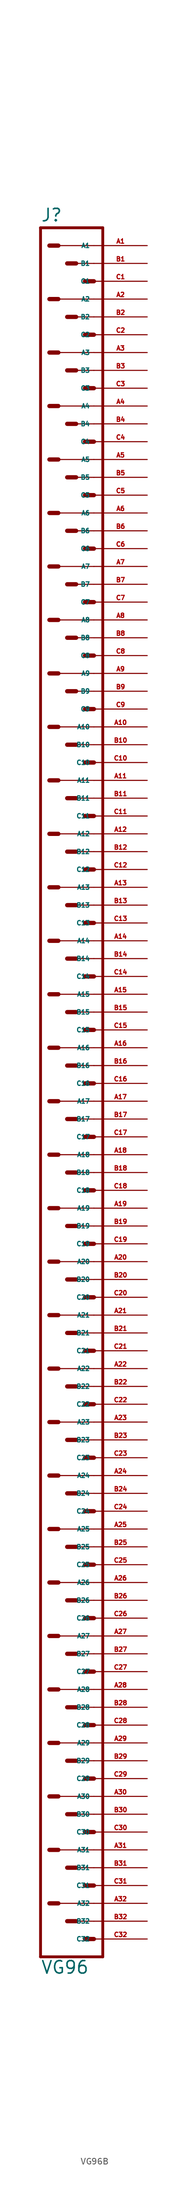
<source format=kicad_sym>
(kicad_symbol_lib
  (version 20220914)
  (generator Eagle2Kicad)
  (symbol "VG96B"
    (property "Reference" "J"
      (at -5.08 112.522 0)
      (effects (font (size 1.778 1.778) (thickness 0.22)) (justify left bottom)))
    (property "Value" "VG96"
      (at -5.08 -137.16 0)
      (effects (font (size 1.778 1.778) (thickness 0.22)) (justify left bottom)))
    (polyline
      (pts (xy 3.81 -134.62) (xy -5.08 -134.62))
      (stroke (width 0.406) (type default))
      (fill (type none)))
    (polyline
      (pts (xy -5.08 111.76) (xy -5.08 -134.62))
      (stroke (width 0.406) (type default))
      (fill (type none)))
    (polyline
      (pts (xy -5.08 111.76) (xy 3.81 111.76))
      (stroke (width 0.406) (type default))
      (fill (type none)))
    (polyline
      (pts (xy 3.81 -134.62) (xy 3.81 111.76))
      (stroke (width 0.406) (type default))
      (fill (type none)))
    (polyline
      (pts (xy 2.54 106.68) (xy 0 106.68))
      (stroke (width 0.152) (type default))
      (fill (type none)))
    (polyline
      (pts (xy -2.54 109.22) (xy 2.54 109.22))
      (stroke (width 0.152) (type default))
      (fill (type none)))
    (polyline
      (pts (xy 2.54 99.06) (xy 0 99.06))
      (stroke (width 0.152) (type default))
      (fill (type none)))
    (polyline
      (pts (xy -2.54 101.6) (xy 2.54 101.6))
      (stroke (width 0.152) (type default))
      (fill (type none)))
    (polyline
      (pts (xy 2.54 91.44) (xy 0 91.44))
      (stroke (width 0.152) (type default))
      (fill (type none)))
    (polyline
      (pts (xy -2.54 93.98) (xy 2.54 93.98))
      (stroke (width 0.152) (type default))
      (fill (type none)))
    (polyline
      (pts (xy -2.54 86.36) (xy 2.54 86.36))
      (stroke (width 0.152) (type default))
      (fill (type none)))
    (polyline
      (pts (xy 2.54 83.82) (xy 0 83.82))
      (stroke (width 0.152) (type default))
      (fill (type none)))
    (polyline
      (pts (xy 2.54 76.2) (xy 0 76.2))
      (stroke (width 0.152) (type default))
      (fill (type none)))
    (polyline
      (pts (xy -2.54 78.74) (xy 2.54 78.74))
      (stroke (width 0.152) (type default))
      (fill (type none)))
    (polyline
      (pts (xy 2.54 68.58) (xy 0 68.58))
      (stroke (width 0.152) (type default))
      (fill (type none)))
    (polyline
      (pts (xy -2.54 71.12) (xy 2.54 71.12))
      (stroke (width 0.152) (type default))
      (fill (type none)))
    (polyline
      (pts (xy 2.54 60.96) (xy 0 60.96))
      (stroke (width 0.152) (type default))
      (fill (type none)))
    (polyline
      (pts (xy -2.54 63.5) (xy 2.54 63.5))
      (stroke (width 0.152) (type default))
      (fill (type none)))
    (polyline
      (pts (xy 2.54 53.34) (xy 0 53.34))
      (stroke (width 0.152) (type default))
      (fill (type none)))
    (polyline
      (pts (xy -2.54 55.88) (xy 2.54 55.88))
      (stroke (width 0.152) (type default))
      (fill (type none)))
    (polyline
      (pts (xy 2.54 45.72) (xy 0 45.72))
      (stroke (width 0.152) (type default))
      (fill (type none)))
    (polyline
      (pts (xy -2.54 48.26) (xy 2.54 48.26))
      (stroke (width 0.152) (type default))
      (fill (type none)))
    (polyline
      (pts (xy 2.54 38.1) (xy 0 38.1))
      (stroke (width 0.152) (type default))
      (fill (type none)))
    (polyline
      (pts (xy -2.54 40.64) (xy 2.54 40.64))
      (stroke (width 0.152) (type default))
      (fill (type none)))
    (polyline
      (pts (xy 2.54 30.48) (xy 0 30.48))
      (stroke (width 0.152) (type default))
      (fill (type none)))
    (polyline
      (pts (xy -2.54 33.02) (xy 2.54 33.02))
      (stroke (width 0.152) (type default))
      (fill (type none)))
    (polyline
      (pts (xy 2.54 22.86) (xy 0 22.86))
      (stroke (width 0.152) (type default))
      (fill (type none)))
    (polyline
      (pts (xy -2.54 25.4) (xy 2.54 25.4))
      (stroke (width 0.152) (type default))
      (fill (type none)))
    (polyline
      (pts (xy 2.54 15.24) (xy 0 15.24))
      (stroke (width 0.152) (type default))
      (fill (type none)))
    (polyline
      (pts (xy -2.54 17.78) (xy 2.54 17.78))
      (stroke (width 0.152) (type default))
      (fill (type none)))
    (polyline
      (pts (xy 2.54 7.62) (xy 0 7.62))
      (stroke (width 0.152) (type default))
      (fill (type none)))
    (polyline
      (pts (xy -2.54 10.16) (xy 2.54 10.16))
      (stroke (width 0.152) (type default))
      (fill (type none)))
    (polyline
      (pts (xy 2.54 0) (xy 0 0))
      (stroke (width 0.152) (type default))
      (fill (type none)))
    (polyline
      (pts (xy -2.54 2.54) (xy 2.54 2.54))
      (stroke (width 0.152) (type default))
      (fill (type none)))
    (polyline
      (pts (xy 2.54 -7.62) (xy 0 -7.62))
      (stroke (width 0.152) (type default))
      (fill (type none)))
    (polyline
      (pts (xy -2.54 -5.08) (xy 2.54 -5.08))
      (stroke (width 0.152) (type default))
      (fill (type none)))
    (polyline
      (pts (xy 2.54 -15.24) (xy 0 -15.24))
      (stroke (width 0.152) (type default))
      (fill (type none)))
    (polyline
      (pts (xy -2.54 -12.7) (xy 2.54 -12.7))
      (stroke (width 0.152) (type default))
      (fill (type none)))
    (polyline
      (pts (xy 2.54 -22.86) (xy 0 -22.86))
      (stroke (width 0.152) (type default))
      (fill (type none)))
    (polyline
      (pts (xy -2.54 -20.32) (xy 2.54 -20.32))
      (stroke (width 0.152) (type default))
      (fill (type none)))
    (polyline
      (pts (xy 2.54 -30.48) (xy 0 -30.48))
      (stroke (width 0.152) (type default))
      (fill (type none)))
    (polyline
      (pts (xy -2.54 -27.94) (xy 2.54 -27.94))
      (stroke (width 0.152) (type default))
      (fill (type none)))
    (polyline
      (pts (xy 2.54 -38.1) (xy 0 -38.1))
      (stroke (width 0.152) (type default))
      (fill (type none)))
    (polyline
      (pts (xy -2.54 -35.56) (xy 2.54 -35.56))
      (stroke (width 0.152) (type default))
      (fill (type none)))
    (polyline
      (pts (xy 2.54 -45.72) (xy 0 -45.72))
      (stroke (width 0.152) (type default))
      (fill (type none)))
    (polyline
      (pts (xy -2.54 -43.18) (xy 2.54 -43.18))
      (stroke (width 0.152) (type default))
      (fill (type none)))
    (polyline
      (pts (xy 2.54 -53.34) (xy 0 -53.34))
      (stroke (width 0.152) (type default))
      (fill (type none)))
    (polyline
      (pts (xy -2.54 -50.8) (xy 2.54 -50.8))
      (stroke (width 0.152) (type default))
      (fill (type none)))
    (polyline
      (pts (xy 2.54 -60.96) (xy 0 -60.96))
      (stroke (width 0.152) (type default))
      (fill (type none)))
    (polyline
      (pts (xy -2.54 -58.42) (xy 2.54 -58.42))
      (stroke (width 0.152) (type default))
      (fill (type none)))
    (polyline
      (pts (xy 2.54 -68.58) (xy 0 -68.58))
      (stroke (width 0.152) (type default))
      (fill (type none)))
    (polyline
      (pts (xy -2.54 -66.04) (xy 2.54 -66.04))
      (stroke (width 0.152) (type default))
      (fill (type none)))
    (polyline
      (pts (xy 2.54 -76.2) (xy 0 -76.2))
      (stroke (width 0.152) (type default))
      (fill (type none)))
    (polyline
      (pts (xy -2.54 -73.66) (xy 2.54 -73.66))
      (stroke (width 0.152) (type default))
      (fill (type none)))
    (polyline
      (pts (xy 2.54 -83.82) (xy 0 -83.82))
      (stroke (width 0.152) (type default))
      (fill (type none)))
    (polyline
      (pts (xy -2.54 -81.28) (xy 2.54 -81.28))
      (stroke (width 0.152) (type default))
      (fill (type none)))
    (polyline
      (pts (xy 2.54 -91.44) (xy 0 -91.44))
      (stroke (width 0.152) (type default))
      (fill (type none)))
    (polyline
      (pts (xy 2.54 -99.06) (xy 0 -99.06))
      (stroke (width 0.152) (type default))
      (fill (type none)))
    (polyline
      (pts (xy 2.54 -106.68) (xy 0 -106.68))
      (stroke (width 0.152) (type default))
      (fill (type none)))
    (polyline
      (pts (xy -2.54 -88.9) (xy 2.54 -88.9))
      (stroke (width 0.152) (type default))
      (fill (type none)))
    (polyline
      (pts (xy -2.54 -96.52) (xy 2.54 -96.52))
      (stroke (width 0.152) (type default))
      (fill (type none)))
    (polyline
      (pts (xy -2.54 -104.14) (xy 2.54 -104.14))
      (stroke (width 0.152) (type default))
      (fill (type none)))
    (polyline
      (pts (xy 2.54 -114.3) (xy 0 -114.3))
      (stroke (width 0.152) (type default))
      (fill (type none)))
    (polyline
      (pts (xy -2.54 -111.76) (xy 2.54 -111.76))
      (stroke (width 0.152) (type default))
      (fill (type none)))
    (polyline
      (pts (xy 2.54 -121.92) (xy 0 -121.92))
      (stroke (width 0.152) (type default))
      (fill (type none)))
    (polyline
      (pts (xy -2.54 -119.38) (xy 2.54 -119.38))
      (stroke (width 0.152) (type default))
      (fill (type none)))
    (polyline
      (pts (xy -2.54 -127) (xy 2.54 -127))
      (stroke (width 0.152) (type default))
      (fill (type none)))
    (polyline
      (pts (xy 2.54 -129.54) (xy 0 -129.54))
      (stroke (width 0.152) (type default))
      (fill (type none)))
    (polyline
      (pts (xy -3.81 -127) (xy -2.54 -127))
      (stroke (width 0.61) (type default))
      (fill (type none)))
    (polyline
      (pts (xy -1.27 -129.54) (xy 0 -129.54))
      (stroke (width 0.61) (type default))
      (fill (type none)))
    (polyline
      (pts (xy 1.27 -132.08) (xy 2.54 -132.08))
      (stroke (width 0.61) (type default))
      (fill (type none)))
    (polyline
      (pts (xy -3.81 -119.38) (xy -2.54 -119.38))
      (stroke (width 0.61) (type default))
      (fill (type none)))
    (polyline
      (pts (xy -1.27 -121.92) (xy 0 -121.92))
      (stroke (width 0.61) (type default))
      (fill (type none)))
    (polyline
      (pts (xy 1.27 -124.46) (xy 2.54 -124.46))
      (stroke (width 0.61) (type default))
      (fill (type none)))
    (polyline
      (pts (xy -3.81 -111.76) (xy -2.54 -111.76))
      (stroke (width 0.61) (type default))
      (fill (type none)))
    (polyline
      (pts (xy -1.27 -114.3) (xy 0 -114.3))
      (stroke (width 0.61) (type default))
      (fill (type none)))
    (polyline
      (pts (xy 1.27 -116.84) (xy 2.54 -116.84))
      (stroke (width 0.61) (type default))
      (fill (type none)))
    (polyline
      (pts (xy -3.81 -104.14) (xy -2.54 -104.14))
      (stroke (width 0.61) (type default))
      (fill (type none)))
    (polyline
      (pts (xy -1.27 -106.68) (xy 0 -106.68))
      (stroke (width 0.61) (type default))
      (fill (type none)))
    (polyline
      (pts (xy 1.27 -109.22) (xy 2.54 -109.22))
      (stroke (width 0.61) (type default))
      (fill (type none)))
    (polyline
      (pts (xy -3.81 -96.52) (xy -2.54 -96.52))
      (stroke (width 0.61) (type default))
      (fill (type none)))
    (polyline
      (pts (xy -1.27 -99.06) (xy 0 -99.06))
      (stroke (width 0.61) (type default))
      (fill (type none)))
    (polyline
      (pts (xy 1.27 -101.6) (xy 2.54 -101.6))
      (stroke (width 0.61) (type default))
      (fill (type none)))
    (polyline
      (pts (xy -3.81 -88.9) (xy -2.54 -88.9))
      (stroke (width 0.61) (type default))
      (fill (type none)))
    (polyline
      (pts (xy -1.27 -91.44) (xy 0 -91.44))
      (stroke (width 0.61) (type default))
      (fill (type none)))
    (polyline
      (pts (xy 1.27 -93.98) (xy 2.54 -93.98))
      (stroke (width 0.61) (type default))
      (fill (type none)))
    (polyline
      (pts (xy -3.81 -81.28) (xy -2.54 -81.28))
      (stroke (width 0.61) (type default))
      (fill (type none)))
    (polyline
      (pts (xy -1.27 -83.82) (xy 0 -83.82))
      (stroke (width 0.61) (type default))
      (fill (type none)))
    (polyline
      (pts (xy 1.27 -86.36) (xy 2.54 -86.36))
      (stroke (width 0.61) (type default))
      (fill (type none)))
    (polyline
      (pts (xy -3.81 -73.66) (xy -2.54 -73.66))
      (stroke (width 0.61) (type default))
      (fill (type none)))
    (polyline
      (pts (xy -1.27 -76.2) (xy 0 -76.2))
      (stroke (width 0.61) (type default))
      (fill (type none)))
    (polyline
      (pts (xy 1.27 -78.74) (xy 2.54 -78.74))
      (stroke (width 0.61) (type default))
      (fill (type none)))
    (polyline
      (pts (xy -3.81 -66.04) (xy -2.54 -66.04))
      (stroke (width 0.61) (type default))
      (fill (type none)))
    (polyline
      (pts (xy -1.27 -68.58) (xy 0 -68.58))
      (stroke (width 0.61) (type default))
      (fill (type none)))
    (polyline
      (pts (xy 1.27 -71.12) (xy 2.54 -71.12))
      (stroke (width 0.61) (type default))
      (fill (type none)))
    (polyline
      (pts (xy -3.81 -58.42) (xy -2.54 -58.42))
      (stroke (width 0.61) (type default))
      (fill (type none)))
    (polyline
      (pts (xy -1.27 -60.96) (xy 0 -60.96))
      (stroke (width 0.61) (type default))
      (fill (type none)))
    (polyline
      (pts (xy 1.27 -63.5) (xy 2.54 -63.5))
      (stroke (width 0.61) (type default))
      (fill (type none)))
    (polyline
      (pts (xy -3.81 -50.8) (xy -2.54 -50.8))
      (stroke (width 0.61) (type default))
      (fill (type none)))
    (polyline
      (pts (xy -1.27 -53.34) (xy 0 -53.34))
      (stroke (width 0.61) (type default))
      (fill (type none)))
    (polyline
      (pts (xy 1.27 -55.88) (xy 2.54 -55.88))
      (stroke (width 0.61) (type default))
      (fill (type none)))
    (polyline
      (pts (xy -3.81 -43.18) (xy -2.54 -43.18))
      (stroke (width 0.61) (type default))
      (fill (type none)))
    (polyline
      (pts (xy -1.27 -45.72) (xy 0 -45.72))
      (stroke (width 0.61) (type default))
      (fill (type none)))
    (polyline
      (pts (xy 1.27 -48.26) (xy 2.54 -48.26))
      (stroke (width 0.61) (type default))
      (fill (type none)))
    (polyline
      (pts (xy -3.81 -35.56) (xy -2.54 -35.56))
      (stroke (width 0.61) (type default))
      (fill (type none)))
    (polyline
      (pts (xy -1.27 -38.1) (xy 0 -38.1))
      (stroke (width 0.61) (type default))
      (fill (type none)))
    (polyline
      (pts (xy 1.27 -40.64) (xy 2.54 -40.64))
      (stroke (width 0.61) (type default))
      (fill (type none)))
    (polyline
      (pts (xy -3.81 -27.94) (xy -2.54 -27.94))
      (stroke (width 0.61) (type default))
      (fill (type none)))
    (polyline
      (pts (xy -1.27 -30.48) (xy 0 -30.48))
      (stroke (width 0.61) (type default))
      (fill (type none)))
    (polyline
      (pts (xy 1.27 -33.02) (xy 2.54 -33.02))
      (stroke (width 0.61) (type default))
      (fill (type none)))
    (polyline
      (pts (xy -3.81 -20.32) (xy -2.54 -20.32))
      (stroke (width 0.61) (type default))
      (fill (type none)))
    (polyline
      (pts (xy -1.27 -22.86) (xy 0 -22.86))
      (stroke (width 0.61) (type default))
      (fill (type none)))
    (polyline
      (pts (xy 1.27 -25.4) (xy 2.54 -25.4))
      (stroke (width 0.61) (type default))
      (fill (type none)))
    (polyline
      (pts (xy -3.81 -12.7) (xy -2.54 -12.7))
      (stroke (width 0.61) (type default))
      (fill (type none)))
    (polyline
      (pts (xy -1.27 -15.24) (xy 0 -15.24))
      (stroke (width 0.61) (type default))
      (fill (type none)))
    (polyline
      (pts (xy 1.27 -17.78) (xy 2.54 -17.78))
      (stroke (width 0.61) (type default))
      (fill (type none)))
    (polyline
      (pts (xy -3.81 -5.08) (xy -2.54 -5.08))
      (stroke (width 0.61) (type default))
      (fill (type none)))
    (polyline
      (pts (xy -1.27 -7.62) (xy 0 -7.62))
      (stroke (width 0.61) (type default))
      (fill (type none)))
    (polyline
      (pts (xy 1.27 -10.16) (xy 2.54 -10.16))
      (stroke (width 0.61) (type default))
      (fill (type none)))
    (polyline
      (pts (xy -3.81 2.54) (xy -2.54 2.54))
      (stroke (width 0.61) (type default))
      (fill (type none)))
    (polyline
      (pts (xy -1.27 0) (xy 0 0))
      (stroke (width 0.61) (type default))
      (fill (type none)))
    (polyline
      (pts (xy 1.27 -2.54) (xy 2.54 -2.54))
      (stroke (width 0.61) (type default))
      (fill (type none)))
    (polyline
      (pts (xy -3.81 10.16) (xy -2.54 10.16))
      (stroke (width 0.61) (type default))
      (fill (type none)))
    (polyline
      (pts (xy -1.27 7.62) (xy 0 7.62))
      (stroke (width 0.61) (type default))
      (fill (type none)))
    (polyline
      (pts (xy 1.27 5.08) (xy 2.54 5.08))
      (stroke (width 0.61) (type default))
      (fill (type none)))
    (polyline
      (pts (xy -3.81 17.78) (xy -2.54 17.78))
      (stroke (width 0.61) (type default))
      (fill (type none)))
    (polyline
      (pts (xy -1.27 15.24) (xy 0 15.24))
      (stroke (width 0.61) (type default))
      (fill (type none)))
    (polyline
      (pts (xy 1.27 12.7) (xy 2.54 12.7))
      (stroke (width 0.61) (type default))
      (fill (type none)))
    (polyline
      (pts (xy -3.81 25.4) (xy -2.54 25.4))
      (stroke (width 0.61) (type default))
      (fill (type none)))
    (polyline
      (pts (xy -1.27 22.86) (xy 0 22.86))
      (stroke (width 0.61) (type default))
      (fill (type none)))
    (polyline
      (pts (xy 1.27 20.32) (xy 2.54 20.32))
      (stroke (width 0.61) (type default))
      (fill (type none)))
    (polyline
      (pts (xy -3.81 33.02) (xy -2.54 33.02))
      (stroke (width 0.61) (type default))
      (fill (type none)))
    (polyline
      (pts (xy -1.27 30.48) (xy 0 30.48))
      (stroke (width 0.61) (type default))
      (fill (type none)))
    (polyline
      (pts (xy 1.27 27.94) (xy 2.54 27.94))
      (stroke (width 0.61) (type default))
      (fill (type none)))
    (polyline
      (pts (xy -3.81 40.64) (xy -2.54 40.64))
      (stroke (width 0.61) (type default))
      (fill (type none)))
    (polyline
      (pts (xy -1.27 38.1) (xy 0 38.1))
      (stroke (width 0.61) (type default))
      (fill (type none)))
    (polyline
      (pts (xy 1.27 35.56) (xy 2.54 35.56))
      (stroke (width 0.61) (type default))
      (fill (type none)))
    (polyline
      (pts (xy -3.81 48.26) (xy -2.54 48.26))
      (stroke (width 0.61) (type default))
      (fill (type none)))
    (polyline
      (pts (xy -1.27 45.72) (xy 0 45.72))
      (stroke (width 0.61) (type default))
      (fill (type none)))
    (polyline
      (pts (xy 1.27 43.18) (xy 2.54 43.18))
      (stroke (width 0.61) (type default))
      (fill (type none)))
    (polyline
      (pts (xy -3.81 55.88) (xy -2.54 55.88))
      (stroke (width 0.61) (type default))
      (fill (type none)))
    (polyline
      (pts (xy -1.27 53.34) (xy 0 53.34))
      (stroke (width 0.61) (type default))
      (fill (type none)))
    (polyline
      (pts (xy 1.27 50.8) (xy 2.54 50.8))
      (stroke (width 0.61) (type default))
      (fill (type none)))
    (polyline
      (pts (xy -3.81 63.5) (xy -2.54 63.5))
      (stroke (width 0.61) (type default))
      (fill (type none)))
    (polyline
      (pts (xy -1.27 60.96) (xy 0 60.96))
      (stroke (width 0.61) (type default))
      (fill (type none)))
    (polyline
      (pts (xy 1.27 58.42) (xy 2.54 58.42))
      (stroke (width 0.61) (type default))
      (fill (type none)))
    (polyline
      (pts (xy -3.81 71.12) (xy -2.54 71.12))
      (stroke (width 0.61) (type default))
      (fill (type none)))
    (polyline
      (pts (xy -1.27 68.58) (xy 0 68.58))
      (stroke (width 0.61) (type default))
      (fill (type none)))
    (polyline
      (pts (xy 1.27 66.04) (xy 2.54 66.04))
      (stroke (width 0.61) (type default))
      (fill (type none)))
    (polyline
      (pts (xy -3.81 78.74) (xy -2.54 78.74))
      (stroke (width 0.61) (type default))
      (fill (type none)))
    (polyline
      (pts (xy -1.27 76.2) (xy 0 76.2))
      (stroke (width 0.61) (type default))
      (fill (type none)))
    (polyline
      (pts (xy 1.27 73.66) (xy 2.54 73.66))
      (stroke (width 0.61) (type default))
      (fill (type none)))
    (polyline
      (pts (xy -3.81 86.36) (xy -2.54 86.36))
      (stroke (width 0.61) (type default))
      (fill (type none)))
    (polyline
      (pts (xy -1.27 83.82) (xy 0 83.82))
      (stroke (width 0.61) (type default))
      (fill (type none)))
    (polyline
      (pts (xy 1.27 81.28) (xy 2.54 81.28))
      (stroke (width 0.61) (type default))
      (fill (type none)))
    (polyline
      (pts (xy -3.81 93.98) (xy -2.54 93.98))
      (stroke (width 0.61) (type default))
      (fill (type none)))
    (polyline
      (pts (xy -1.27 91.44) (xy 0 91.44))
      (stroke (width 0.61) (type default))
      (fill (type none)))
    (polyline
      (pts (xy 1.27 88.9) (xy 2.54 88.9))
      (stroke (width 0.61) (type default))
      (fill (type none)))
    (polyline
      (pts (xy -3.81 101.6) (xy -2.54 101.6))
      (stroke (width 0.61) (type default))
      (fill (type none)))
    (polyline
      (pts (xy -1.27 99.06) (xy 0 99.06))
      (stroke (width 0.61) (type default))
      (fill (type none)))
    (polyline
      (pts (xy 1.27 96.52) (xy 2.54 96.52))
      (stroke (width 0.61) (type default))
      (fill (type none)))
    (polyline
      (pts (xy -3.81 109.22) (xy -2.54 109.22))
      (stroke (width 0.61) (type default))
      (fill (type none)))
    (polyline
      (pts (xy -1.27 106.68) (xy 0 106.68))
      (stroke (width 0.61) (type default))
      (fill (type none)))
    (polyline
      (pts (xy 1.27 104.14) (xy 2.54 104.14))
      (stroke (width 0.61) (type default))
      (fill (type none)))
    (pin passive line
      (at 10.16 106.68 180)
      (length 7.62)
      (name "B1" (effects (font (size 0.635 0.635) (thickness 0.08)) (justify left bottom)))
      (number "B1" (effects (font (size 0.635 0.635) (thickness 0.08)) (justify left bottom))))
    (pin passive line
      (at 10.16 99.06 180)
      (length 7.62)
      (name "B2" (effects (font (size 0.635 0.635) (thickness 0.08)) (justify left bottom)))
      (number "B2" (effects (font (size 0.635 0.635) (thickness 0.08)) (justify left bottom))))
    (pin passive line
      (at 10.16 91.44 180)
      (length 7.62)
      (name "B3" (effects (font (size 0.635 0.635) (thickness 0.08)) (justify left bottom)))
      (number "B3" (effects (font (size 0.635 0.635) (thickness 0.08)) (justify left bottom))))
    (pin passive line
      (at 10.16 83.82 180)
      (length 7.62)
      (name "B4" (effects (font (size 0.635 0.635) (thickness 0.08)) (justify left bottom)))
      (number "B4" (effects (font (size 0.635 0.635) (thickness 0.08)) (justify left bottom))))
    (pin passive line
      (at 10.16 76.2 180)
      (length 7.62)
      (name "B5" (effects (font (size 0.635 0.635) (thickness 0.08)) (justify left bottom)))
      (number "B5" (effects (font (size 0.635 0.635) (thickness 0.08)) (justify left bottom))))
    (pin passive line
      (at 10.16 68.58 180)
      (length 7.62)
      (name "B6" (effects (font (size 0.635 0.635) (thickness 0.08)) (justify left bottom)))
      (number "B6" (effects (font (size 0.635 0.635) (thickness 0.08)) (justify left bottom))))
    (pin passive line
      (at 10.16 60.96 180)
      (length 7.62)
      (name "B7" (effects (font (size 0.635 0.635) (thickness 0.08)) (justify left bottom)))
      (number "B7" (effects (font (size 0.635 0.635) (thickness 0.08)) (justify left bottom))))
    (pin passive line
      (at 10.16 53.34 180)
      (length 7.62)
      (name "B8" (effects (font (size 0.635 0.635) (thickness 0.08)) (justify left bottom)))
      (number "B8" (effects (font (size 0.635 0.635) (thickness 0.08)) (justify left bottom))))
    (pin passive line
      (at 10.16 45.72 180)
      (length 7.62)
      (name "B9" (effects (font (size 0.635 0.635) (thickness 0.08)) (justify left bottom)))
      (number "B9" (effects (font (size 0.635 0.635) (thickness 0.08)) (justify left bottom))))
    (pin passive line
      (at 10.16 38.1 180)
      (length 7.62)
      (name "B10" (effects (font (size 0.635 0.635) (thickness 0.08)) (justify left bottom)))
      (number "B10" (effects (font (size 0.635 0.635) (thickness 0.08)) (justify left bottom))))
    (pin passive line
      (at 10.16 30.48 180)
      (length 7.62)
      (name "B11" (effects (font (size 0.635 0.635) (thickness 0.08)) (justify left bottom)))
      (number "B11" (effects (font (size 0.635 0.635) (thickness 0.08)) (justify left bottom))))
    (pin passive line
      (at 10.16 22.86 180)
      (length 7.62)
      (name "B12" (effects (font (size 0.635 0.635) (thickness 0.08)) (justify left bottom)))
      (number "B12" (effects (font (size 0.635 0.635) (thickness 0.08)) (justify left bottom))))
    (pin passive line
      (at 10.16 15.24 180)
      (length 7.62)
      (name "B13" (effects (font (size 0.635 0.635) (thickness 0.08)) (justify left bottom)))
      (number "B13" (effects (font (size 0.635 0.635) (thickness 0.08)) (justify left bottom))))
    (pin passive line
      (at 10.16 7.62 180)
      (length 7.62)
      (name "B14" (effects (font (size 0.635 0.635) (thickness 0.08)) (justify left bottom)))
      (number "B14" (effects (font (size 0.635 0.635) (thickness 0.08)) (justify left bottom))))
    (pin passive line
      (at 10.16 0 180)
      (length 7.62)
      (name "B15" (effects (font (size 0.635 0.635) (thickness 0.08)) (justify left bottom)))
      (number "B15" (effects (font (size 0.635 0.635) (thickness 0.08)) (justify left bottom))))
    (pin passive line
      (at 10.16 -7.62 180)
      (length 7.62)
      (name "B16" (effects (font (size 0.635 0.635) (thickness 0.08)) (justify left bottom)))
      (number "B16" (effects (font (size 0.635 0.635) (thickness 0.08)) (justify left bottom))))
    (pin passive line
      (at 10.16 -15.24 180)
      (length 7.62)
      (name "B17" (effects (font (size 0.635 0.635) (thickness 0.08)) (justify left bottom)))
      (number "B17" (effects (font (size 0.635 0.635) (thickness 0.08)) (justify left bottom))))
    (pin passive line
      (at 10.16 -22.86 180)
      (length 7.62)
      (name "B18" (effects (font (size 0.635 0.635) (thickness 0.08)) (justify left bottom)))
      (number "B18" (effects (font (size 0.635 0.635) (thickness 0.08)) (justify left bottom))))
    (pin passive line
      (at 10.16 -30.48 180)
      (length 7.62)
      (name "B19" (effects (font (size 0.635 0.635) (thickness 0.08)) (justify left bottom)))
      (number "B19" (effects (font (size 0.635 0.635) (thickness 0.08)) (justify left bottom))))
    (pin passive line
      (at 10.16 -38.1 180)
      (length 7.62)
      (name "B20" (effects (font (size 0.635 0.635) (thickness 0.08)) (justify left bottom)))
      (number "B20" (effects (font (size 0.635 0.635) (thickness 0.08)) (justify left bottom))))
    (pin passive line
      (at 10.16 -45.72 180)
      (length 7.62)
      (name "B21" (effects (font (size 0.635 0.635) (thickness 0.08)) (justify left bottom)))
      (number "B21" (effects (font (size 0.635 0.635) (thickness 0.08)) (justify left bottom))))
    (pin passive line
      (at 10.16 -53.34 180)
      (length 7.62)
      (name "B22" (effects (font (size 0.635 0.635) (thickness 0.08)) (justify left bottom)))
      (number "B22" (effects (font (size 0.635 0.635) (thickness 0.08)) (justify left bottom))))
    (pin passive line
      (at 10.16 -60.96 180)
      (length 7.62)
      (name "B23" (effects (font (size 0.635 0.635) (thickness 0.08)) (justify left bottom)))
      (number "B23" (effects (font (size 0.635 0.635) (thickness 0.08)) (justify left bottom))))
    (pin passive line
      (at 10.16 -68.58 180)
      (length 7.62)
      (name "B24" (effects (font (size 0.635 0.635) (thickness 0.08)) (justify left bottom)))
      (number "B24" (effects (font (size 0.635 0.635) (thickness 0.08)) (justify left bottom))))
    (pin passive line
      (at 10.16 -76.2 180)
      (length 7.62)
      (name "B25" (effects (font (size 0.635 0.635) (thickness 0.08)) (justify left bottom)))
      (number "B25" (effects (font (size 0.635 0.635) (thickness 0.08)) (justify left bottom))))
    (pin passive line
      (at 10.16 -83.82 180)
      (length 7.62)
      (name "B26" (effects (font (size 0.635 0.635) (thickness 0.08)) (justify left bottom)))
      (number "B26" (effects (font (size 0.635 0.635) (thickness 0.08)) (justify left bottom))))
    (pin passive line
      (at 10.16 -91.44 180)
      (length 7.62)
      (name "B27" (effects (font (size 0.635 0.635) (thickness 0.08)) (justify left bottom)))
      (number "B27" (effects (font (size 0.635 0.635) (thickness 0.08)) (justify left bottom))))
    (pin passive line
      (at 10.16 -99.06 180)
      (length 7.62)
      (name "B28" (effects (font (size 0.635 0.635) (thickness 0.08)) (justify left bottom)))
      (number "B28" (effects (font (size 0.635 0.635) (thickness 0.08)) (justify left bottom))))
    (pin passive line
      (at 10.16 -106.68 180)
      (length 7.62)
      (name "B29" (effects (font (size 0.635 0.635) (thickness 0.08)) (justify left bottom)))
      (number "B29" (effects (font (size 0.635 0.635) (thickness 0.08)) (justify left bottom))))
    (pin passive line
      (at 10.16 -114.3 180)
      (length 7.62)
      (name "B30" (effects (font (size 0.635 0.635) (thickness 0.08)) (justify left bottom)))
      (number "B30" (effects (font (size 0.635 0.635) (thickness 0.08)) (justify left bottom))))
    (pin passive line
      (at 10.16 -121.92 180)
      (length 7.62)
      (name "B31" (effects (font (size 0.635 0.635) (thickness 0.08)) (justify left bottom)))
      (number "B31" (effects (font (size 0.635 0.635) (thickness 0.08)) (justify left bottom))))
    (pin passive line
      (at 10.16 -129.54 180)
      (length 7.62)
      (name "B32" (effects (font (size 0.635 0.635) (thickness 0.08)) (justify left bottom)))
      (number "B32" (effects (font (size 0.635 0.635) (thickness 0.08)) (justify left bottom))))
    (pin passive line
      (at 10.16 109.22 180)
      (length 7.62)
      (name "A1" (effects (font (size 0.635 0.635) (thickness 0.08)) (justify left bottom)))
      (number "A1" (effects (font (size 0.635 0.635) (thickness 0.08)) (justify left bottom))))
    (pin passive line
      (at 10.16 101.6 180)
      (length 7.62)
      (name "A2" (effects (font (size 0.635 0.635) (thickness 0.08)) (justify left bottom)))
      (number "A2" (effects (font (size 0.635 0.635) (thickness 0.08)) (justify left bottom))))
    (pin passive line
      (at 10.16 93.98 180)
      (length 7.62)
      (name "A3" (effects (font (size 0.635 0.635) (thickness 0.08)) (justify left bottom)))
      (number "A3" (effects (font (size 0.635 0.635) (thickness 0.08)) (justify left bottom))))
    (pin passive line
      (at 10.16 86.36 180)
      (length 7.62)
      (name "A4" (effects (font (size 0.635 0.635) (thickness 0.08)) (justify left bottom)))
      (number "A4" (effects (font (size 0.635 0.635) (thickness 0.08)) (justify left bottom))))
    (pin passive line
      (at 10.16 78.74 180)
      (length 7.62)
      (name "A5" (effects (font (size 0.635 0.635) (thickness 0.08)) (justify left bottom)))
      (number "A5" (effects (font (size 0.635 0.635) (thickness 0.08)) (justify left bottom))))
    (pin passive line
      (at 10.16 71.12 180)
      (length 7.62)
      (name "A6" (effects (font (size 0.635 0.635) (thickness 0.08)) (justify left bottom)))
      (number "A6" (effects (font (size 0.635 0.635) (thickness 0.08)) (justify left bottom))))
    (pin passive line
      (at 10.16 63.5 180)
      (length 7.62)
      (name "A7" (effects (font (size 0.635 0.635) (thickness 0.08)) (justify left bottom)))
      (number "A7" (effects (font (size 0.635 0.635) (thickness 0.08)) (justify left bottom))))
    (pin passive line
      (at 10.16 55.88 180)
      (length 7.62)
      (name "A8" (effects (font (size 0.635 0.635) (thickness 0.08)) (justify left bottom)))
      (number "A8" (effects (font (size 0.635 0.635) (thickness 0.08)) (justify left bottom))))
    (pin passive line
      (at 10.16 48.26 180)
      (length 7.62)
      (name "A9" (effects (font (size 0.635 0.635) (thickness 0.08)) (justify left bottom)))
      (number "A9" (effects (font (size 0.635 0.635) (thickness 0.08)) (justify left bottom))))
    (pin passive line
      (at 10.16 40.64 180)
      (length 7.62)
      (name "A10" (effects (font (size 0.635 0.635) (thickness 0.08)) (justify left bottom)))
      (number "A10" (effects (font (size 0.635 0.635) (thickness 0.08)) (justify left bottom))))
    (pin passive line
      (at 10.16 33.02 180)
      (length 7.62)
      (name "A11" (effects (font (size 0.635 0.635) (thickness 0.08)) (justify left bottom)))
      (number "A11" (effects (font (size 0.635 0.635) (thickness 0.08)) (justify left bottom))))
    (pin passive line
      (at 10.16 25.4 180)
      (length 7.62)
      (name "A12" (effects (font (size 0.635 0.635) (thickness 0.08)) (justify left bottom)))
      (number "A12" (effects (font (size 0.635 0.635) (thickness 0.08)) (justify left bottom))))
    (pin passive line
      (at 10.16 17.78 180)
      (length 7.62)
      (name "A13" (effects (font (size 0.635 0.635) (thickness 0.08)) (justify left bottom)))
      (number "A13" (effects (font (size 0.635 0.635) (thickness 0.08)) (justify left bottom))))
    (pin passive line
      (at 10.16 10.16 180)
      (length 7.62)
      (name "A14" (effects (font (size 0.635 0.635) (thickness 0.08)) (justify left bottom)))
      (number "A14" (effects (font (size 0.635 0.635) (thickness 0.08)) (justify left bottom))))
    (pin passive line
      (at 10.16 2.54 180)
      (length 7.62)
      (name "A15" (effects (font (size 0.635 0.635) (thickness 0.08)) (justify left bottom)))
      (number "A15" (effects (font (size 0.635 0.635) (thickness 0.08)) (justify left bottom))))
    (pin passive line
      (at 10.16 -5.08 180)
      (length 7.62)
      (name "A16" (effects (font (size 0.635 0.635) (thickness 0.08)) (justify left bottom)))
      (number "A16" (effects (font (size 0.635 0.635) (thickness 0.08)) (justify left bottom))))
    (pin passive line
      (at 10.16 -12.7 180)
      (length 7.62)
      (name "A17" (effects (font (size 0.635 0.635) (thickness 0.08)) (justify left bottom)))
      (number "A17" (effects (font (size 0.635 0.635) (thickness 0.08)) (justify left bottom))))
    (pin passive line
      (at 10.16 -20.32 180)
      (length 7.62)
      (name "A18" (effects (font (size 0.635 0.635) (thickness 0.08)) (justify left bottom)))
      (number "A18" (effects (font (size 0.635 0.635) (thickness 0.08)) (justify left bottom))))
    (pin passive line
      (at 10.16 -27.94 180)
      (length 7.62)
      (name "A19" (effects (font (size 0.635 0.635) (thickness 0.08)) (justify left bottom)))
      (number "A19" (effects (font (size 0.635 0.635) (thickness 0.08)) (justify left bottom))))
    (pin passive line
      (at 10.16 -35.56 180)
      (length 7.62)
      (name "A20" (effects (font (size 0.635 0.635) (thickness 0.08)) (justify left bottom)))
      (number "A20" (effects (font (size 0.635 0.635) (thickness 0.08)) (justify left bottom))))
    (pin passive line
      (at 10.16 -43.18 180)
      (length 7.62)
      (name "A21" (effects (font (size 0.635 0.635) (thickness 0.08)) (justify left bottom)))
      (number "A21" (effects (font (size 0.635 0.635) (thickness 0.08)) (justify left bottom))))
    (pin passive line
      (at 10.16 -50.8 180)
      (length 7.62)
      (name "A22" (effects (font (size 0.635 0.635) (thickness 0.08)) (justify left bottom)))
      (number "A22" (effects (font (size 0.635 0.635) (thickness 0.08)) (justify left bottom))))
    (pin passive line
      (at 10.16 -58.42 180)
      (length 7.62)
      (name "A23" (effects (font (size 0.635 0.635) (thickness 0.08)) (justify left bottom)))
      (number "A23" (effects (font (size 0.635 0.635) (thickness 0.08)) (justify left bottom))))
    (pin passive line
      (at 10.16 -66.04 180)
      (length 7.62)
      (name "A24" (effects (font (size 0.635 0.635) (thickness 0.08)) (justify left bottom)))
      (number "A24" (effects (font (size 0.635 0.635) (thickness 0.08)) (justify left bottom))))
    (pin passive line
      (at 10.16 -73.66 180)
      (length 7.62)
      (name "A25" (effects (font (size 0.635 0.635) (thickness 0.08)) (justify left bottom)))
      (number "A25" (effects (font (size 0.635 0.635) (thickness 0.08)) (justify left bottom))))
    (pin passive line
      (at 10.16 -81.28 180)
      (length 7.62)
      (name "A26" (effects (font (size 0.635 0.635) (thickness 0.08)) (justify left bottom)))
      (number "A26" (effects (font (size 0.635 0.635) (thickness 0.08)) (justify left bottom))))
    (pin passive line
      (at 10.16 -88.9 180)
      (length 7.62)
      (name "A27" (effects (font (size 0.635 0.635) (thickness 0.08)) (justify left bottom)))
      (number "A27" (effects (font (size 0.635 0.635) (thickness 0.08)) (justify left bottom))))
    (pin passive line
      (at 10.16 -96.52 180)
      (length 7.62)
      (name "A28" (effects (font (size 0.635 0.635) (thickness 0.08)) (justify left bottom)))
      (number "A28" (effects (font (size 0.635 0.635) (thickness 0.08)) (justify left bottom))))
    (pin passive line
      (at 10.16 -104.14 180)
      (length 7.62)
      (name "A29" (effects (font (size 0.635 0.635) (thickness 0.08)) (justify left bottom)))
      (number "A29" (effects (font (size 0.635 0.635) (thickness 0.08)) (justify left bottom))))
    (pin passive line
      (at 10.16 -111.76 180)
      (length 7.62)
      (name "A30" (effects (font (size 0.635 0.635) (thickness 0.08)) (justify left bottom)))
      (number "A30" (effects (font (size 0.635 0.635) (thickness 0.08)) (justify left bottom))))
    (pin passive line
      (at 10.16 -119.38 180)
      (length 7.62)
      (name "A31" (effects (font (size 0.635 0.635) (thickness 0.08)) (justify left bottom)))
      (number "A31" (effects (font (size 0.635 0.635) (thickness 0.08)) (justify left bottom))))
    (pin passive line
      (at 10.16 -127 180)
      (length 7.62)
      (name "A32" (effects (font (size 0.635 0.635) (thickness 0.08)) (justify left bottom)))
      (number "A32" (effects (font (size 0.635 0.635) (thickness 0.08)) (justify left bottom))))
    (pin passive line
      (at 10.16 104.14 180)
      (length 7.62)
      (name "C1" (effects (font (size 0.635 0.635) (thickness 0.08)) (justify left bottom)))
      (number "C1" (effects (font (size 0.635 0.635) (thickness 0.08)) (justify left bottom))))
    (pin passive line
      (at 10.16 96.52 180)
      (length 7.62)
      (name "C2" (effects (font (size 0.635 0.635) (thickness 0.08)) (justify left bottom)))
      (number "C2" (effects (font (size 0.635 0.635) (thickness 0.08)) (justify left bottom))))
    (pin passive line
      (at 10.16 88.9 180)
      (length 7.62)
      (name "C3" (effects (font (size 0.635 0.635) (thickness 0.08)) (justify left bottom)))
      (number "C3" (effects (font (size 0.635 0.635) (thickness 0.08)) (justify left bottom))))
    (pin passive line
      (at 10.16 81.28 180)
      (length 7.62)
      (name "C4" (effects (font (size 0.635 0.635) (thickness 0.08)) (justify left bottom)))
      (number "C4" (effects (font (size 0.635 0.635) (thickness 0.08)) (justify left bottom))))
    (pin passive line
      (at 10.16 73.66 180)
      (length 7.62)
      (name "C5" (effects (font (size 0.635 0.635) (thickness 0.08)) (justify left bottom)))
      (number "C5" (effects (font (size 0.635 0.635) (thickness 0.08)) (justify left bottom))))
    (pin passive line
      (at 10.16 66.04 180)
      (length 7.62)
      (name "C6" (effects (font (size 0.635 0.635) (thickness 0.08)) (justify left bottom)))
      (number "C6" (effects (font (size 0.635 0.635) (thickness 0.08)) (justify left bottom))))
    (pin passive line
      (at 10.16 58.42 180)
      (length 7.62)
      (name "C7" (effects (font (size 0.635 0.635) (thickness 0.08)) (justify left bottom)))
      (number "C7" (effects (font (size 0.635 0.635) (thickness 0.08)) (justify left bottom))))
    (pin passive line
      (at 10.16 50.8 180)
      (length 7.62)
      (name "C8" (effects (font (size 0.635 0.635) (thickness 0.08)) (justify left bottom)))
      (number "C8" (effects (font (size 0.635 0.635) (thickness 0.08)) (justify left bottom))))
    (pin passive line
      (at 10.16 43.18 180)
      (length 7.62)
      (name "C9" (effects (font (size 0.635 0.635) (thickness 0.08)) (justify left bottom)))
      (number "C9" (effects (font (size 0.635 0.635) (thickness 0.08)) (justify left bottom))))
    (pin passive line
      (at 10.16 35.56 180)
      (length 7.62)
      (name "C10" (effects (font (size 0.635 0.635) (thickness 0.08)) (justify left bottom)))
      (number "C10" (effects (font (size 0.635 0.635) (thickness 0.08)) (justify left bottom))))
    (pin passive line
      (at 10.16 27.94 180)
      (length 7.62)
      (name "C11" (effects (font (size 0.635 0.635) (thickness 0.08)) (justify left bottom)))
      (number "C11" (effects (font (size 0.635 0.635) (thickness 0.08)) (justify left bottom))))
    (pin passive line
      (at 10.16 20.32 180)
      (length 7.62)
      (name "C12" (effects (font (size 0.635 0.635) (thickness 0.08)) (justify left bottom)))
      (number "C12" (effects (font (size 0.635 0.635) (thickness 0.08)) (justify left bottom))))
    (pin passive line
      (at 10.16 12.7 180)
      (length 7.62)
      (name "C13" (effects (font (size 0.635 0.635) (thickness 0.08)) (justify left bottom)))
      (number "C13" (effects (font (size 0.635 0.635) (thickness 0.08)) (justify left bottom))))
    (pin passive line
      (at 10.16 5.08 180)
      (length 7.62)
      (name "C14" (effects (font (size 0.635 0.635) (thickness 0.08)) (justify left bottom)))
      (number "C14" (effects (font (size 0.635 0.635) (thickness 0.08)) (justify left bottom))))
    (pin passive line
      (at 10.16 -2.54 180)
      (length 7.62)
      (name "C15" (effects (font (size 0.635 0.635) (thickness 0.08)) (justify left bottom)))
      (number "C15" (effects (font (size 0.635 0.635) (thickness 0.08)) (justify left bottom))))
    (pin passive line
      (at 10.16 -10.16 180)
      (length 7.62)
      (name "C16" (effects (font (size 0.635 0.635) (thickness 0.08)) (justify left bottom)))
      (number "C16" (effects (font (size 0.635 0.635) (thickness 0.08)) (justify left bottom))))
    (pin passive line
      (at 10.16 -17.78 180)
      (length 7.62)
      (name "C17" (effects (font (size 0.635 0.635) (thickness 0.08)) (justify left bottom)))
      (number "C17" (effects (font (size 0.635 0.635) (thickness 0.08)) (justify left bottom))))
    (pin passive line
      (at 10.16 -25.4 180)
      (length 7.62)
      (name "C18" (effects (font (size 0.635 0.635) (thickness 0.08)) (justify left bottom)))
      (number "C18" (effects (font (size 0.635 0.635) (thickness 0.08)) (justify left bottom))))
    (pin passive line
      (at 10.16 -33.02 180)
      (length 7.62)
      (name "C19" (effects (font (size 0.635 0.635) (thickness 0.08)) (justify left bottom)))
      (number "C19" (effects (font (size 0.635 0.635) (thickness 0.08)) (justify left bottom))))
    (pin passive line
      (at 10.16 -40.64 180)
      (length 7.62)
      (name "C20" (effects (font (size 0.635 0.635) (thickness 0.08)) (justify left bottom)))
      (number "C20" (effects (font (size 0.635 0.635) (thickness 0.08)) (justify left bottom))))
    (pin passive line
      (at 10.16 -48.26 180)
      (length 7.62)
      (name "C21" (effects (font (size 0.635 0.635) (thickness 0.08)) (justify left bottom)))
      (number "C21" (effects (font (size 0.635 0.635) (thickness 0.08)) (justify left bottom))))
    (pin passive line
      (at 10.16 -55.88 180)
      (length 7.62)
      (name "C22" (effects (font (size 0.635 0.635) (thickness 0.08)) (justify left bottom)))
      (number "C22" (effects (font (size 0.635 0.635) (thickness 0.08)) (justify left bottom))))
    (pin passive line
      (at 10.16 -63.5 180)
      (length 7.62)
      (name "C23" (effects (font (size 0.635 0.635) (thickness 0.08)) (justify left bottom)))
      (number "C23" (effects (font (size 0.635 0.635) (thickness 0.08)) (justify left bottom))))
    (pin passive line
      (at 10.16 -71.12 180)
      (length 7.62)
      (name "C24" (effects (font (size 0.635 0.635) (thickness 0.08)) (justify left bottom)))
      (number "C24" (effects (font (size 0.635 0.635) (thickness 0.08)) (justify left bottom))))
    (pin passive line
      (at 10.16 -78.74 180)
      (length 7.62)
      (name "C25" (effects (font (size 0.635 0.635) (thickness 0.08)) (justify left bottom)))
      (number "C25" (effects (font (size 0.635 0.635) (thickness 0.08)) (justify left bottom))))
    (pin passive line
      (at 10.16 -86.36 180)
      (length 7.62)
      (name "C26" (effects (font (size 0.635 0.635) (thickness 0.08)) (justify left bottom)))
      (number "C26" (effects (font (size 0.635 0.635) (thickness 0.08)) (justify left bottom))))
    (pin passive line
      (at 10.16 -93.98 180)
      (length 7.62)
      (name "C27" (effects (font (size 0.635 0.635) (thickness 0.08)) (justify left bottom)))
      (number "C27" (effects (font (size 0.635 0.635) (thickness 0.08)) (justify left bottom))))
    (pin passive line
      (at 10.16 -101.6 180)
      (length 7.62)
      (name "C28" (effects (font (size 0.635 0.635) (thickness 0.08)) (justify left bottom)))
      (number "C28" (effects (font (size 0.635 0.635) (thickness 0.08)) (justify left bottom))))
    (pin passive line
      (at 10.16 -109.22 180)
      (length 7.62)
      (name "C29" (effects (font (size 0.635 0.635) (thickness 0.08)) (justify left bottom)))
      (number "C29" (effects (font (size 0.635 0.635) (thickness 0.08)) (justify left bottom))))
    (pin passive line
      (at 10.16 -116.84 180)
      (length 7.62)
      (name "C30" (effects (font (size 0.635 0.635) (thickness 0.08)) (justify left bottom)))
      (number "C30" (effects (font (size 0.635 0.635) (thickness 0.08)) (justify left bottom))))
    (pin passive line
      (at 10.16 -124.46 180)
      (length 7.62)
      (name "C31" (effects (font (size 0.635 0.635) (thickness 0.08)) (justify left bottom)))
      (number "C31" (effects (font (size 0.635 0.635) (thickness 0.08)) (justify left bottom))))
    (pin passive line
      (at 10.16 -132.08 180)
      (length 7.62)
      (name "C32" (effects (font (size 0.635 0.635) (thickness 0.08)) (justify left bottom)))
      (number "C32" (effects (font (size 0.635 0.635) (thickness 0.08)) (justify left bottom))))))
</source>
